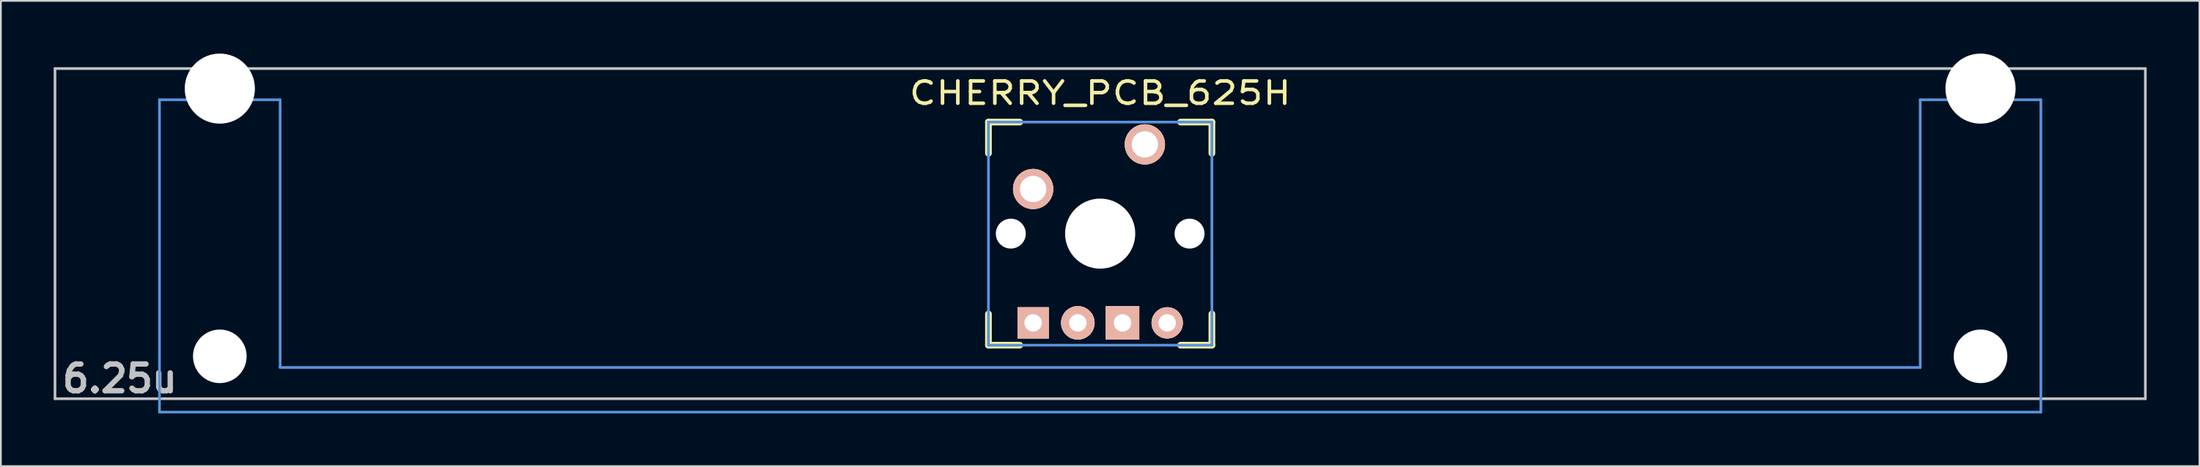
<source format=kicad_pcb>
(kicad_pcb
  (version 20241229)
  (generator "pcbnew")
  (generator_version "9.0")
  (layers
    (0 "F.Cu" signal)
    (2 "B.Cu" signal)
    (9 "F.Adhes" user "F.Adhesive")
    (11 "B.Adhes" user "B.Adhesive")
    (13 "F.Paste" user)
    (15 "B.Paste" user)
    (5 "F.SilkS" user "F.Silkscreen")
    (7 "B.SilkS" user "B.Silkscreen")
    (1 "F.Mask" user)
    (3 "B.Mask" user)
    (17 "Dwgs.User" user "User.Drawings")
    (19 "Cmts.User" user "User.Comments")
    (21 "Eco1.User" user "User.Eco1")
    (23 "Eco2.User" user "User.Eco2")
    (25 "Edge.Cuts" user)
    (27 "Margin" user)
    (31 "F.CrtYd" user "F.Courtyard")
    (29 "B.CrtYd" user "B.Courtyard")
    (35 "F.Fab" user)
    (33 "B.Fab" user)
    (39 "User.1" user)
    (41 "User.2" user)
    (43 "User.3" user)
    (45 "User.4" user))
  (footprint "CHERRY_PCB_625H"
    (layer "F.Cu")
    (at 59.482 10.249)
    (property "Reference" "CHERRY_PCB_625H" (at 0 -8 0) (layer "F.SilkS") (effects (font (size 1.27 1.524) (thickness 0.203))))
    (attr through_hole)
    (fp_line (start -6.35 -6.35) (end -4.572 -6.35) (stroke (width 0.381) (type solid)) (layer "F.SilkS"))
    (fp_line (start -6.35 -4.572) (end -6.35 -6.35) (stroke (width 0.381) (type solid)) (layer "F.SilkS"))
    (fp_line (start -6.35 6.35) (end -6.35 4.572) (stroke (width 0.381) (type solid)) (layer "F.SilkS"))
    (fp_line (start -4.572 6.35) (end -6.35 6.35) (stroke (width 0.381) (type solid)) (layer "F.SilkS"))
    (fp_line (start 4.572 -6.35) (end 6.35 -6.35) (stroke (width 0.381) (type solid)) (layer "F.SilkS"))
    (fp_line (start 6.35 -6.35) (end 6.35 -4.572) (stroke (width 0.381) (type solid)) (layer "F.SilkS"))
    (fp_line (start 6.35 4.572) (end 6.35 6.35) (stroke (width 0.381) (type solid)) (layer "F.SilkS"))
    (fp_line (start 6.35 6.35) (end 4.572 6.35) (stroke (width 0.381) (type solid)) (layer "F.SilkS"))
    (fp_line (start -59.406 -9.398) (end 59.406 -9.398) (stroke (width 0.152) (type solid)) (layer "Dwgs.User"))
    (fp_line (start -59.406 9.398) (end -59.406 -9.398) (stroke (width 0.152) (type solid)) (layer "Dwgs.User"))
    (fp_line (start 59.406 -9.398) (end 59.406 9.398) (stroke (width 0.152) (type solid)) (layer "Dwgs.User"))
    (fp_line (start 59.406 9.398) (end -59.406 9.398) (stroke (width 0.152) (type solid)) (layer "Dwgs.User"))
    (fp_line (start -53.467 -7.62) (end -53.467 10.16) (stroke (width 0.152) (type solid)) (layer "Cmts.User"))
    (fp_line (start -53.467 10.16) (end 53.467 10.16) (stroke (width 0.152) (type solid)) (layer "Cmts.User"))
    (fp_line (start -46.609 -7.62) (end -53.467 -7.62) (stroke (width 0.152) (type solid)) (layer "Cmts.User"))
    (fp_line (start -46.609 7.62) (end -46.609 -7.62) (stroke (width 0.152) (type solid)) (layer "Cmts.User"))
    (fp_line (start -6.35 -6.35) (end 6.35 -6.35) (stroke (width 0.152) (type solid)) (layer "Cmts.User"))
    (fp_line (start -6.35 6.35) (end -6.35 -6.35) (stroke (width 0.152) (type solid)) (layer "Cmts.User"))
    (fp_line (start 6.35 -6.35) (end 6.35 6.35) (stroke (width 0.152) (type solid)) (layer "Cmts.User"))
    (fp_line (start 6.35 6.35) (end -6.35 6.35) (stroke (width 0.152) (type solid)) (layer "Cmts.User"))
    (fp_line (start 46.609 -7.62) (end 46.609 7.62) (stroke (width 0.152) (type solid)) (layer "Cmts.User"))
    (fp_line (start 46.609 7.62) (end -46.609 7.62) (stroke (width 0.152) (type solid)) (layer "Cmts.User"))
    (fp_line (start 53.467 -7.62) (end 46.609 -7.62) (stroke (width 0.152) (type solid)) (layer "Cmts.User"))
    (fp_line (start 53.467 10.16) (end 53.467 -7.62) (stroke (width 0.152) (type solid)) (layer "Cmts.User"))
    (fp_line (start -54.229 -2.286) (end -53.365 -2.286) (stroke (width 0.152) (type solid)) (layer "Eco2.User"))
    (fp_line (start -54.229 0.508) (end -54.229 -2.286) (stroke (width 0.152) (type solid)) (layer "Eco2.User"))
    (fp_line (start -53.365 -5.69) (end -46.711 -5.69) (stroke (width 0.152) (type solid)) (layer "Eco2.User"))
    (fp_line (start -53.365 -2.286) (end -53.365 -5.69) (stroke (width 0.152) (type solid)) (layer "Eco2.User"))
    (fp_line (start -53.365 0.508) (end -54.229 0.508) (stroke (width 0.152) (type solid)) (layer "Eco2.User"))
    (fp_line (start -53.365 6.604) (end -53.365 0.508) (stroke (width 0.152) (type solid)) (layer "Eco2.User"))
    (fp_line (start -52.324 6.604) (end -53.365 6.604) (stroke (width 0.152) (type solid)) (layer "Eco2.User"))
    (fp_line (start -52.324 7.772) (end -52.324 6.604) (stroke (width 0.152) (type solid)) (layer "Eco2.User"))
    (fp_line (start -47.752 6.604) (end -47.752 7.772) (stroke (width 0.152) (type solid)) (layer "Eco2.User"))
    (fp_line (start -47.752 7.772) (end -52.324 7.772) (stroke (width 0.152) (type solid)) (layer "Eco2.User"))
    (fp_line (start -46.711 -5.69) (end -46.711 -2.286) (stroke (width 0.152) (type solid)) (layer "Eco2.User"))
    (fp_line (start -46.711 -2.286) (end -6.985 -2.286) (stroke (width 0.152) (type solid)) (layer "Eco2.User"))
    (fp_line (start -46.711 2.286) (end -46.711 6.604) (stroke (width 0.152) (type solid)) (layer "Eco2.User"))
    (fp_line (start -46.711 6.604) (end -47.752 6.604) (stroke (width 0.152) (type solid)) (layer "Eco2.User"))
    (fp_line (start -6.985 -6.985) (end 6.985 -6.985) (stroke (width 0.152) (type solid)) (layer "Eco2.User"))
    (fp_line (start -6.985 -2.286) (end -6.985 -6.985) (stroke (width 0.152) (type solid)) (layer "Eco2.User"))
    (fp_line (start -6.985 2.286) (end -46.711 2.286) (stroke (width 0.152) (type solid)) (layer "Eco2.User"))
    (fp_line (start -6.985 6.985) (end -6.985 2.286) (stroke (width 0.152) (type solid)) (layer "Eco2.User"))
    (fp_line (start 6.985 -6.985) (end 6.985 -2.286) (stroke (width 0.152) (type solid)) (layer "Eco2.User"))
    (fp_line (start 6.985 -2.286) (end 46.711 -2.286) (stroke (width 0.152) (type solid)) (layer "Eco2.User"))
    (fp_line (start 6.985 2.286) (end 6.985 6.985) (stroke (width 0.152) (type solid)) (layer "Eco2.User"))
    (fp_line (start 6.985 6.985) (end -6.985 6.985) (stroke (width 0.152) (type solid)) (layer "Eco2.User"))
    (fp_line (start 46.711 -5.69) (end 53.365 -5.69) (stroke (width 0.152) (type solid)) (layer "Eco2.User"))
    (fp_line (start 46.711 -2.286) (end 46.711 -5.69) (stroke (width 0.152) (type solid)) (layer "Eco2.User"))
    (fp_line (start 46.711 2.286) (end 6.985 2.286) (stroke (width 0.152) (type solid)) (layer "Eco2.User"))
    (fp_line (start 46.711 6.604) (end 46.711 2.286) (stroke (width 0.152) (type solid)) (layer "Eco2.User"))
    (fp_line (start 47.752 6.604) (end 46.711 6.604) (stroke (width 0.152) (type solid)) (layer "Eco2.User"))
    (fp_line (start 47.752 7.772) (end 47.752 6.604) (stroke (width 0.152) (type solid)) (layer "Eco2.User"))
    (fp_line (start 52.324 6.604) (end 52.324 7.772) (stroke (width 0.152) (type solid)) (layer "Eco2.User"))
    (fp_line (start 52.324 7.772) (end 47.752 7.772) (stroke (width 0.152) (type solid)) (layer "Eco2.User"))
    (fp_line (start 53.365 -5.69) (end 53.365 -2.286) (stroke (width 0.152) (type solid)) (layer "Eco2.User"))
    (fp_line (start 53.365 -2.286) (end 54.229 -2.286) (stroke (width 0.152) (type solid)) (layer "Eco2.User"))
    (fp_line (start 53.365 0.508) (end 53.365 6.604) (stroke (width 0.152) (type solid)) (layer "Eco2.User"))
    (fp_line (start 53.365 6.604) (end 52.324 6.604) (stroke (width 0.152) (type solid)) (layer "Eco2.User"))
    (fp_line (start 54.229 -2.286) (end 54.229 0.508) (stroke (width 0.152) (type solid)) (layer "Eco2.User"))
    (fp_line (start 54.229 0.508) (end 53.365 0.508) (stroke (width 0.152) (type solid)) (layer "Eco2.User"))
    (fp_text user "6.25u" (at -55.723 8.255 0) (layer "Dwgs.User") (effects (font (size 1.524 1.524) (thickness 0.305))))
    (pad "" np_thru_hole circle (at -50.038 -8.255) (size 3.988 3.988) (drill 3.988) (layers "*.Cu"))
    (pad "" np_thru_hole circle (at -50.038 6.985) (size 3.048 3.048) (drill 3.048) (layers "*.Cu"))
    (pad "" np_thru_hole circle (at -5.08 0) (size 1.702 1.702) (drill 1.702) (layers "*.Cu"))
    (pad "" np_thru_hole circle (at 0 0) (size 3.988 3.988) (drill 3.988) (layers "*.Cu"))
    (pad "" np_thru_hole circle (at 5.08 0) (size 1.702 1.702) (drill 1.702) (layers "*.Cu"))
    (pad "" np_thru_hole circle (at 50.038 -8.255) (size 3.988 3.988) (drill 3.988) (layers "*.Cu"))
    (pad "" np_thru_hole circle (at 50.038 6.985) (size 3.048 3.048) (drill 3.048) (layers "*.Cu"))
    (pad "1" thru_hole circle (at 2.54 -5.08) (size 2.286 2.286) (drill 1.499) (layers "*.Cu" "*.SilkS" "*.Mask"))
    (pad "2" thru_hole circle (at -3.81 -2.54) (size 2.286 2.286) (drill 1.499) (layers "*.Cu" "*.SilkS" "*.Mask"))
    (pad "3" thru_hole rect (at -3.81 5.08) (size 1.778 1.778) (drill 0.991) (layers "*.Cu" "*.SilkS" "*.Mask"))
    (pad "4" thru_hole circle (at 3.81 5.08) (size 1.778 1.778) (drill 0.991) (layers "*.Cu" "*.SilkS" "*.Mask"))
    (pad "5" thru_hole circle (at -1.27 5.08) (size 1.905 1.905) (drill 0.991) (layers "*.Cu" "*.SilkS" "*.Mask"))
    (pad "6" thru_hole rect (at 1.27 5.08) (size 1.905 1.905) (drill 0.991) (layers "*.Cu" "*.SilkS" "*.Mask")))
  (gr_rect
    (start -3 -3)
    (end 121.963 23.485)
    (stroke (width 0.1) (type default))
    (fill no)
    (layer "Edge.Cuts")))
</source>
